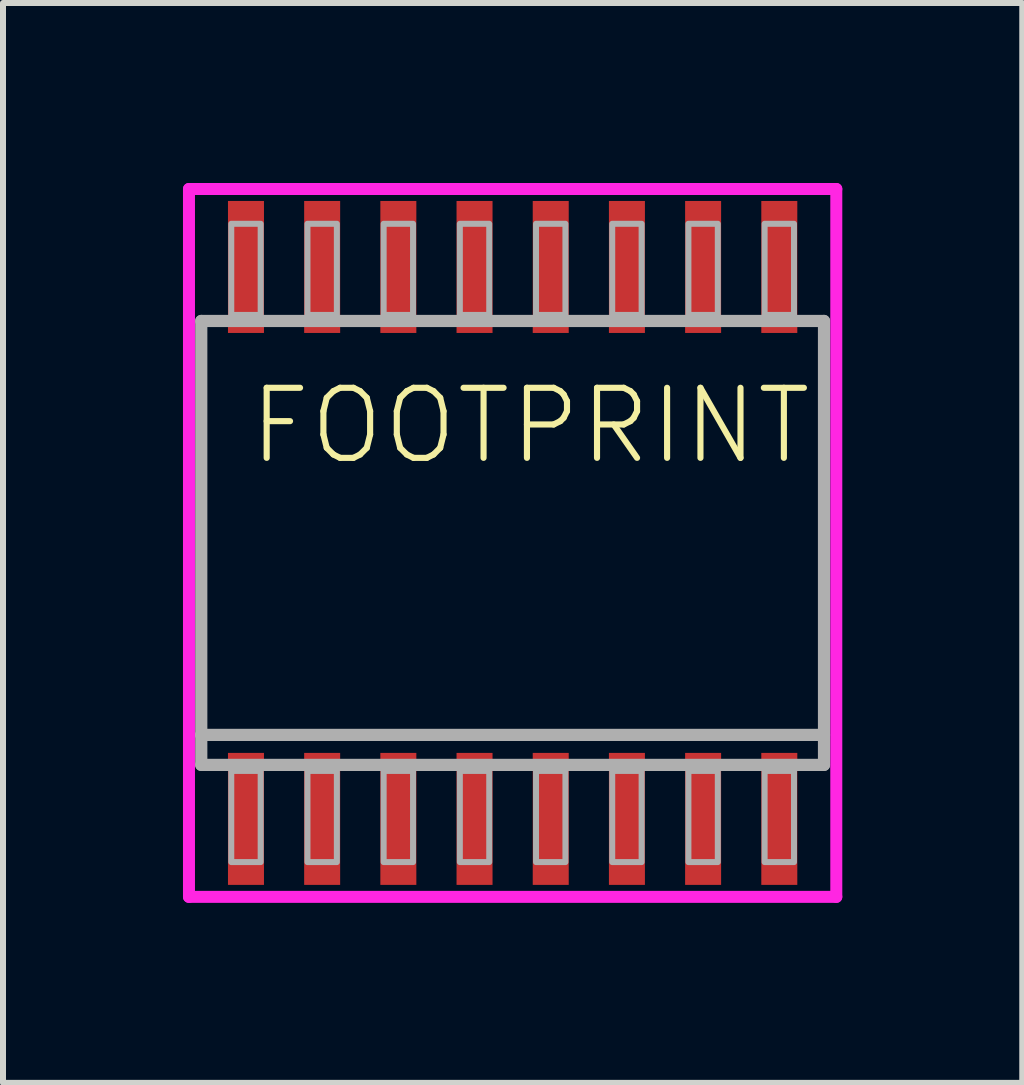
<source format=kicad_pcb>
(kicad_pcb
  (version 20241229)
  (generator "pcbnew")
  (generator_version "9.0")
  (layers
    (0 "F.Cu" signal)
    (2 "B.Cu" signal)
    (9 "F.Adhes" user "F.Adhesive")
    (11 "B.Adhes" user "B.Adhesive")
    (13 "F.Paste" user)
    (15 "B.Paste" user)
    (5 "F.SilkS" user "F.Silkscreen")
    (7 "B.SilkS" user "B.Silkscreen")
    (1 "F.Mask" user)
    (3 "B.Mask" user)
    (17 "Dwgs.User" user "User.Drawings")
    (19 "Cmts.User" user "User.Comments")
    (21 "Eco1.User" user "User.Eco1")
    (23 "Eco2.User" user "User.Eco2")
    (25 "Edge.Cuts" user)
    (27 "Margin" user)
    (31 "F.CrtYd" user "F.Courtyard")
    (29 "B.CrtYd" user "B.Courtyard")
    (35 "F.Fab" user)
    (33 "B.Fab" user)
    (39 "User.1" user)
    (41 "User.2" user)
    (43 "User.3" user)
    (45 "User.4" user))
  (footprint "FOOTPRINT"
    (layer "F.Cu")
    (at 5.495 6)
    (property "Reference" "FOOTPRINT" (at -4.445 -1.27 0) (layer "F.SilkS") (effects (font (size 1.168 1.168) (thickness 0.102)) (justify left bottom)))
    (fp_line (start -5.395 -5.9) (end 5.395 -5.9) (stroke (width 0.2) (type solid)) (layer "F.CrtYd"))
    (fp_line (start -5.395 5.9) (end -5.395 -5.9) (stroke (width 0.2) (type solid)) (layer "F.CrtYd"))
    (fp_line (start 5.395 -5.9) (end 5.395 5.9) (stroke (width 0.2) (type solid)) (layer "F.CrtYd"))
    (fp_line (start 5.395 5.9) (end -5.395 5.9) (stroke (width 0.2) (type solid)) (layer "F.CrtYd"))
    (fp_line (start -5.19 -3.7) (end 5.19 -3.7) (stroke (width 0.203) (type solid)) (layer "F.Fab"))
    (fp_line (start -5.19 3.2) (end -5.19 -3.7) (stroke (width 0.203) (type solid)) (layer "F.Fab"))
    (fp_line (start -5.19 3.7) (end -5.19 3.2) (stroke (width 0.203) (type solid)) (layer "F.Fab"))
    (fp_line (start 5.19 -3.7) (end 5.19 3.2) (stroke (width 0.203) (type solid)) (layer "F.Fab"))
    (fp_line (start 5.19 3.2) (end -5.19 3.2) (stroke (width 0.203) (type solid)) (layer "F.Fab"))
    (fp_line (start 5.19 3.2) (end 5.19 3.7) (stroke (width 0.203) (type solid)) (layer "F.Fab"))
    (fp_line (start 5.19 3.7) (end -5.19 3.7) (stroke (width 0.203) (type solid)) (layer "F.Fab"))
    (fp_poly (pts (xy -4.69 -3.8) (xy -4.2 -3.8) (xy -4.2 -5.32) (xy -4.69 -5.32)) (stroke (width 0.1) (type solid)) (fill no) (layer "F.Fab"))
    (fp_poly (pts (xy -4.69 5.32) (xy -4.2 5.32) (xy -4.2 3.8) (xy -4.69 3.8)) (stroke (width 0.1) (type solid)) (fill no) (layer "F.Fab"))
    (fp_poly (pts (xy -3.42 -3.8) (xy -2.93 -3.8) (xy -2.93 -5.32) (xy -3.42 -5.32)) (stroke (width 0.1) (type solid)) (fill no) (layer "F.Fab"))
    (fp_poly (pts (xy -3.42 5.32) (xy -2.93 5.32) (xy -2.93 3.8) (xy -3.42 3.8)) (stroke (width 0.1) (type solid)) (fill no) (layer "F.Fab"))
    (fp_poly (pts (xy -2.15 -3.8) (xy -1.66 -3.8) (xy -1.66 -5.32) (xy -2.15 -5.32)) (stroke (width 0.1) (type solid)) (fill no) (layer "F.Fab"))
    (fp_poly (pts (xy -2.15 5.32) (xy -1.66 5.32) (xy -1.66 3.8) (xy -2.15 3.8)) (stroke (width 0.1) (type solid)) (fill no) (layer "F.Fab"))
    (fp_poly (pts (xy -0.88 -3.8) (xy -0.39 -3.8) (xy -0.39 -5.32) (xy -0.88 -5.32)) (stroke (width 0.1) (type solid)) (fill no) (layer "F.Fab"))
    (fp_poly (pts (xy -0.88 5.32) (xy -0.39 5.32) (xy -0.39 3.8) (xy -0.88 3.8)) (stroke (width 0.1) (type solid)) (fill no) (layer "F.Fab"))
    (fp_poly (pts (xy 0.39 -3.8) (xy 0.88 -3.8) (xy 0.88 -5.32) (xy 0.39 -5.32)) (stroke (width 0.1) (type solid)) (fill no) (layer "F.Fab"))
    (fp_poly (pts (xy 0.39 5.32) (xy 0.88 5.32) (xy 0.88 3.8) (xy 0.39 3.8)) (stroke (width 0.1) (type solid)) (fill no) (layer "F.Fab"))
    (fp_poly (pts (xy 1.66 -3.8) (xy 2.15 -3.8) (xy 2.15 -5.32) (xy 1.66 -5.32)) (stroke (width 0.1) (type solid)) (fill no) (layer "F.Fab"))
    (fp_poly (pts (xy 1.66 5.32) (xy 2.15 5.32) (xy 2.15 3.8) (xy 1.66 3.8)) (stroke (width 0.1) (type solid)) (fill no) (layer "F.Fab"))
    (fp_poly (pts (xy 2.93 -3.8) (xy 3.42 -3.8) (xy 3.42 -5.32) (xy 2.93 -5.32)) (stroke (width 0.1) (type solid)) (fill no) (layer "F.Fab"))
    (fp_poly (pts (xy 2.93 5.32) (xy 3.42 5.32) (xy 3.42 3.8) (xy 2.93 3.8)) (stroke (width 0.1) (type solid)) (fill no) (layer "F.Fab"))
    (fp_poly (pts (xy 4.2 -3.8) (xy 4.69 -3.8) (xy 4.69 -5.32) (xy 4.2 -5.32)) (stroke (width 0.1) (type solid)) (fill no) (layer "F.Fab"))
    (fp_poly (pts (xy 4.2 5.32) (xy 4.69 5.32) (xy 4.69 3.8) (xy 4.2 3.8)) (stroke (width 0.1) (type solid)) (fill no) (layer "F.Fab"))
    (pad "1" smd rect (at -4.445 4.6) (size 0.6 2.2) (layers "F.Cu" "F.Mask" "F.Paste"))
    (pad "2" smd rect (at -3.175 4.6) (size 0.6 2.2) (layers "F.Cu" "F.Mask" "F.Paste"))
    (pad "3" smd rect (at -1.905 4.6) (size 0.6 2.2) (layers "F.Cu" "F.Mask" "F.Paste"))
    (pad "4" smd rect (at -0.635 4.6) (size 0.6 2.2) (layers "F.Cu" "F.Mask" "F.Paste"))
    (pad "5" smd rect (at 0.635 4.6) (size 0.6 2.2) (layers "F.Cu" "F.Mask" "F.Paste"))
    (pad "6" smd rect (at 1.905 4.6) (size 0.6 2.2) (layers "F.Cu" "F.Mask" "F.Paste"))
    (pad "7" smd rect (at 3.175 4.6) (size 0.6 2.2) (layers "F.Cu" "F.Mask" "F.Paste"))
    (pad "8" smd rect (at 4.445 4.6) (size 0.6 2.2) (layers "F.Cu" "F.Mask" "F.Paste"))
    (pad "9" smd rect (at 4.445 -4.6) (size 0.6 2.2) (layers "F.Cu" "F.Mask" "F.Paste"))
    (pad "10" smd rect (at 3.175 -4.6) (size 0.6 2.2) (layers "F.Cu" "F.Mask" "F.Paste"))
    (pad "11" smd rect (at 1.905 -4.6) (size 0.6 2.2) (layers "F.Cu" "F.Mask" "F.Paste"))
    (pad "12" smd rect (at 0.635 -4.6) (size 0.6 2.2) (layers "F.Cu" "F.Mask" "F.Paste"))
    (pad "13" smd rect (at -0.635 -4.6) (size 0.6 2.2) (layers "F.Cu" "F.Mask" "F.Paste"))
    (pad "14" smd rect (at -1.905 -4.6) (size 0.6 2.2) (layers "F.Cu" "F.Mask" "F.Paste"))
    (pad "15" smd rect (at -3.175 -4.6) (size 0.6 2.2) (layers "F.Cu" "F.Mask" "F.Paste"))
    (pad "16" smd rect (at -4.445 -4.6) (size 0.6 2.2) (layers "F.Cu" "F.Mask" "F.Paste")))
  (gr_rect
    (start -3 -3)
    (end 13.99 15)
    (stroke (width 0.1) (type default))
    (fill no)
    (layer "Edge.Cuts")))
</source>
